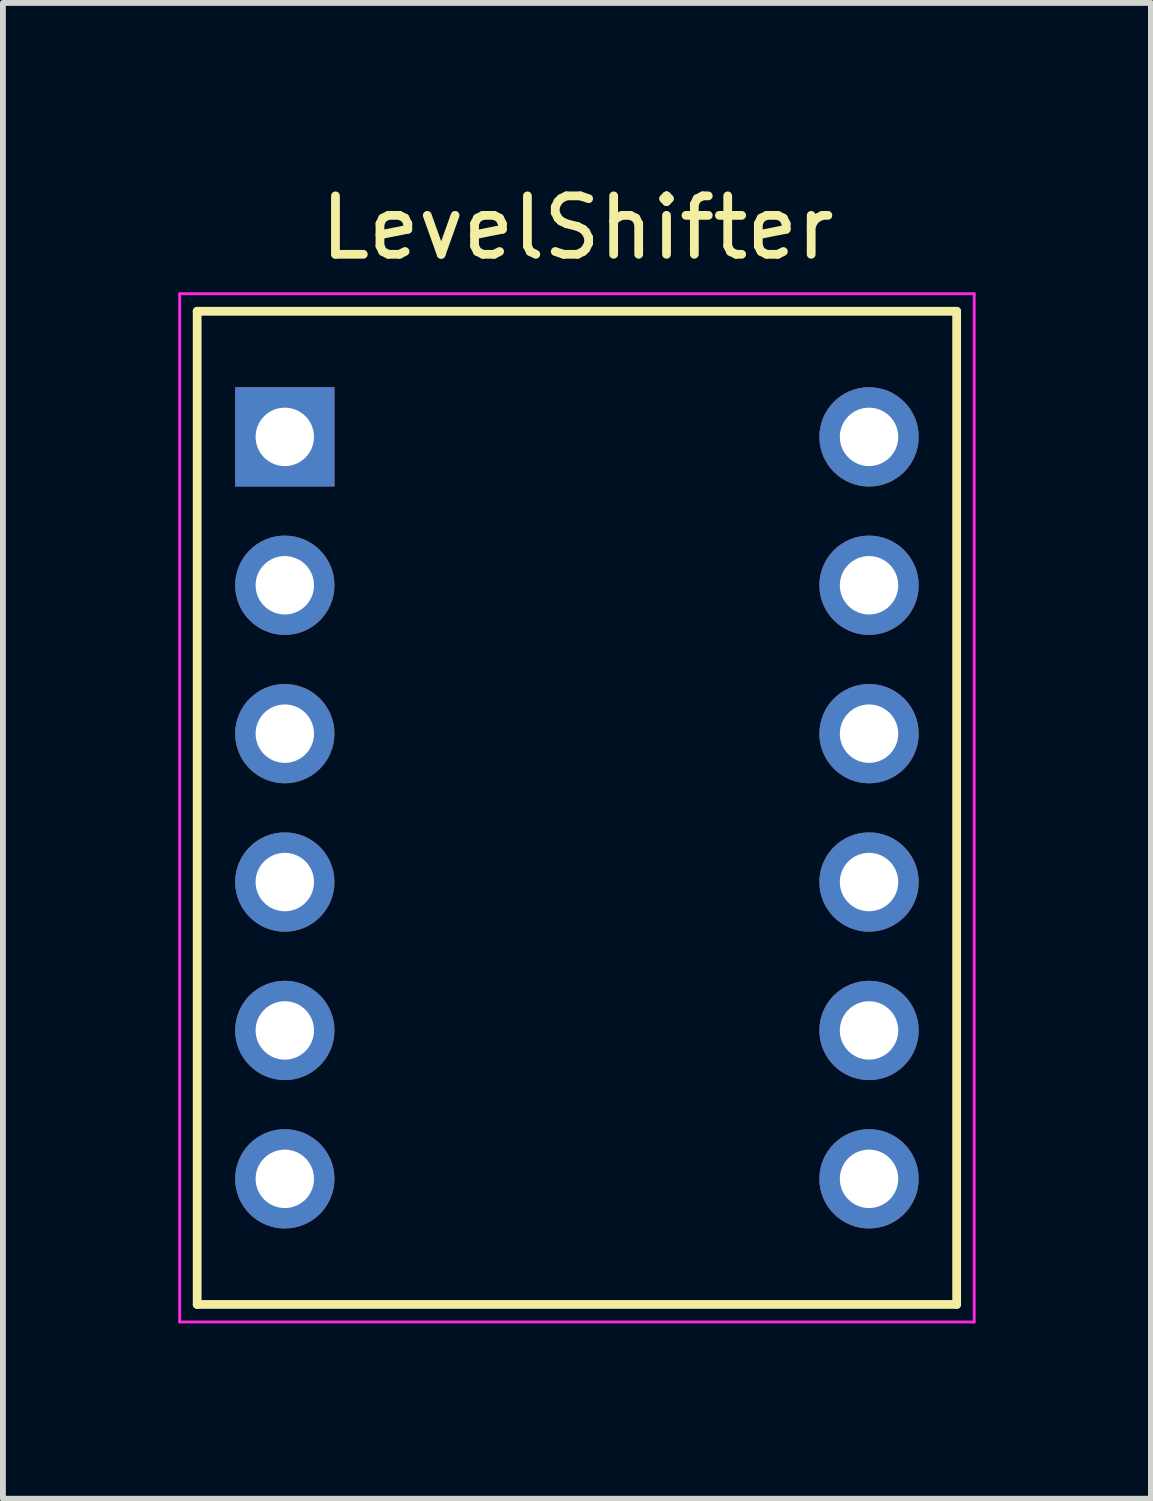
<source format=kicad_pcb>
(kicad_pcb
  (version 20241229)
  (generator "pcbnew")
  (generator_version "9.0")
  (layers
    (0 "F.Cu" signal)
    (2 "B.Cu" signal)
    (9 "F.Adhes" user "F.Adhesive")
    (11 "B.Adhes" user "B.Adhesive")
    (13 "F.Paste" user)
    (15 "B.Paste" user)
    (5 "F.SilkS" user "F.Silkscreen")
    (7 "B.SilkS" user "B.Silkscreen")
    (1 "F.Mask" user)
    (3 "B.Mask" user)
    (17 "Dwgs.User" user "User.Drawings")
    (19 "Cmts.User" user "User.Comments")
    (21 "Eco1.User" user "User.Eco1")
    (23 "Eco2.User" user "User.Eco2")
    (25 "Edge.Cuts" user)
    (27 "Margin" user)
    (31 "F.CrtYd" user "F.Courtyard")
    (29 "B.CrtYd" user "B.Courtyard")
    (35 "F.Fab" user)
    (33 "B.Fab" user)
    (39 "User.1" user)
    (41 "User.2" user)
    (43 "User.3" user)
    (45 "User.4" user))
  (footprint "LevelShifter"
    (layer "F.Cu")
    (at 6.825 10.778)
    (property "Reference" "LevelShifter" (at 0.01 -9.93 0) (layer "F.SilkS") (effects (font (size 1 1) (thickness 0.15))))
    (attr through_hole)
    (fp_line (start -6.5 -8.5) (end 6.5 -8.5) (stroke (width 0.15) (type solid)) (layer "F.SilkS"))
    (fp_line (start -6.5 8.5) (end -6.5 -8.5) (stroke (width 0.15) (type solid)) (layer "F.SilkS"))
    (fp_line (start -6.5 8.5) (end 6.5 8.5) (stroke (width 0.15) (type solid)) (layer "F.SilkS"))
    (fp_line (start 6.5 -8.5) (end 6.5 8.5) (stroke (width 0.15) (type solid)) (layer "F.SilkS"))
    (fp_line (start -6.8 -8.8) (end 6.8 -8.8) (stroke (width 0.05) (type solid)) (layer "F.CrtYd"))
    (fp_line (start -6.8 8.8) (end -6.8 -8.8) (stroke (width 0.05) (type solid)) (layer "F.CrtYd"))
    (fp_line (start 6.8 -8.8) (end 6.8 8.8) (stroke (width 0.05) (type solid)) (layer "F.CrtYd"))
    (fp_line (start 6.8 8.8) (end -6.8 8.8) (stroke (width 0.05) (type solid)) (layer "F.CrtYd"))
    (pad "1" thru_hole rect (at -5 -6.35) (size 1.7 1.7) (drill 1) (layers "*.Cu" "*.Mask"))
    (pad "2" thru_hole circle (at -5 -3.81) (size 1.7 1.7) (drill 1) (layers "*.Cu" "*.Mask"))
    (pad "3" thru_hole circle (at -5 -1.27) (size 1.7 1.7) (drill 1) (layers "*.Cu" "*.Mask"))
    (pad "4" thru_hole circle (at -5 1.27) (size 1.7 1.7) (drill 1) (layers "*.Cu" "*.Mask"))
    (pad "5" thru_hole circle (at -5 3.81) (size 1.7 1.7) (drill 1) (layers "*.Cu" "*.Mask"))
    (pad "6" thru_hole circle (at -5 6.35) (size 1.7 1.7) (drill 1) (layers "*.Cu" "*.Mask"))
    (pad "7" thru_hole circle (at 5 -6.35) (size 1.7 1.7) (drill 1) (layers "*.Cu" "*.Mask"))
    (pad "8" thru_hole circle (at 5 -3.81) (size 1.7 1.7) (drill 1) (layers "*.Cu" "*.Mask"))
    (pad "9" thru_hole circle (at 5 -1.27) (size 1.7 1.7) (drill 1) (layers "*.Cu" "*.Mask"))
    (pad "10" thru_hole circle (at 5 1.27) (size 1.7 1.7) (drill 1) (layers "*.Cu" "*.Mask"))
    (pad "11" thru_hole circle (at 5 3.81) (size 1.7 1.7) (drill 1) (layers "*.Cu" "*.Mask"))
    (pad "12" thru_hole circle (at 5 6.35) (size 1.7 1.7) (drill 1) (layers "*.Cu" "*.Mask")))
  (gr_rect
    (start -3 -3)
    (end 16.65 22.603)
    (stroke (width 0.1) (type default))
    (fill no)
    (layer "Edge.Cuts")))
</source>
